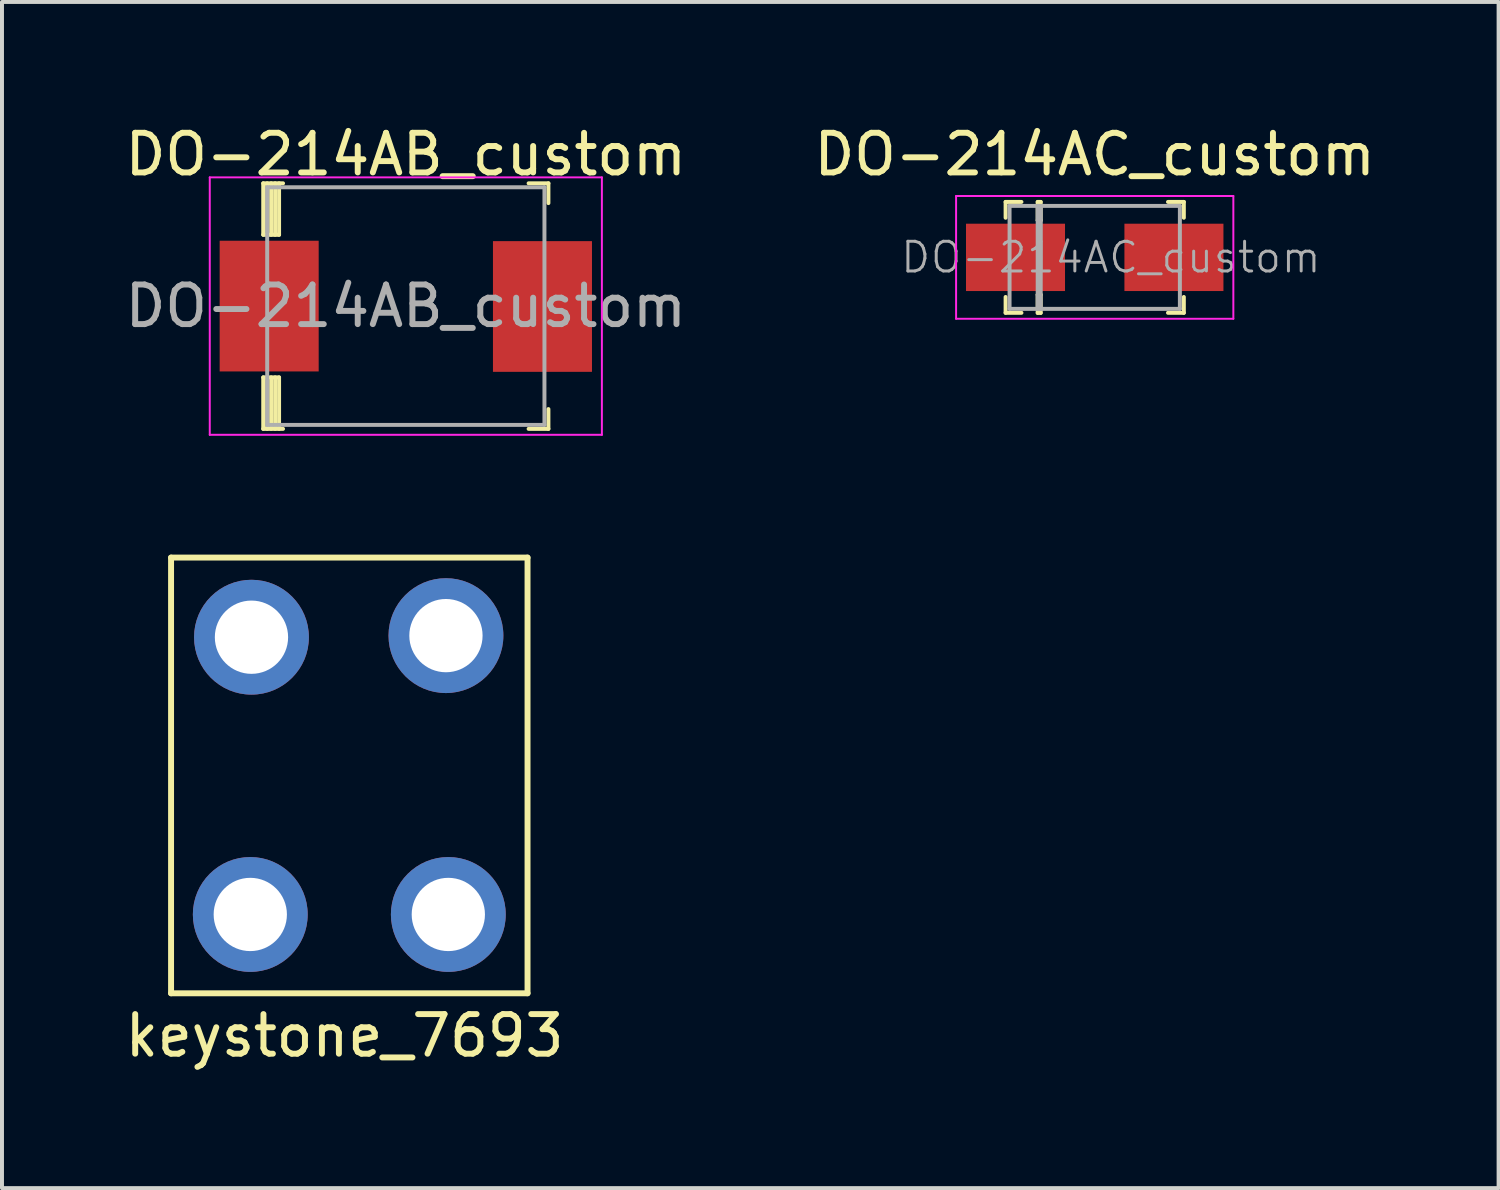
<source format=kicad_pcb>
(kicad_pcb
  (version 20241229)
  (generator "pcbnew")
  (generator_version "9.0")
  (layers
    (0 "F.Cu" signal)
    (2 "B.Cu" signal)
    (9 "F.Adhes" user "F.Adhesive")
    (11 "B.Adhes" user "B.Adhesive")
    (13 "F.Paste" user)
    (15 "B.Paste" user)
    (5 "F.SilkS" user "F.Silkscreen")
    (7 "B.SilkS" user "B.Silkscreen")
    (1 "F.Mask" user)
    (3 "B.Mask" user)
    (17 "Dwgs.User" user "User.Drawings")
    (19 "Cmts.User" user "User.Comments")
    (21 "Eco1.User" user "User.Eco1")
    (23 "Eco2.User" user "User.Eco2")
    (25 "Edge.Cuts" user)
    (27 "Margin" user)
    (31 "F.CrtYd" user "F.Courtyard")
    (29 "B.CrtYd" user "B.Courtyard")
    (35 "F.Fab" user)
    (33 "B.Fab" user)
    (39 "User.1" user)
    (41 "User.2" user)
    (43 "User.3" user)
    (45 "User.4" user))
  (footprint "keystone_7693"
    (layer "F.Cu")
    (at 3.279 13.028)
    (property "Reference" "keystone_7693" (at 2.37 10.07 0) (layer "F.SilkS") (effects (font (size 1 1) (thickness 0.15))))
    (attr through_hole)
    (fp_line (start -2.01 -2) (end -2.01 9) (stroke (width 0.15) (type solid)) (layer "F.SilkS"))
    (fp_line (start -2.01 9) (end 6.99 9) (stroke (width 0.15) (type solid)) (layer "F.SilkS"))
    (fp_line (start 6.99 -2) (end -2.01 -2) (stroke (width 0.15) (type solid)) (layer "F.SilkS"))
    (fp_line (start 6.99 9) (end 6.99 -2) (stroke (width 0.15) (type solid)) (layer "F.SilkS"))
    (pad "1" thru_hole circle (at 4.93 -0.03) (size 2.9 2.9) (drill 1.85) (layers "*.Cu" "*.Mask"))
    (pad "2" thru_hole circle (at 0.02 0.01) (size 2.9 2.9) (drill 1.85) (layers "*.Cu" "*.Mask"))
    (pad "3" thru_hole circle (at 4.99 7.01) (size 2.9 2.9) (drill 1.85) (layers "*.Cu" "*.Mask"))
    (pad "4" thru_hole circle (at -0.01 7.01) (size 2.9 2.9) (drill 1.85) (layers "*.Cu" "*.Mask")))
  (footprint "DO-214AB_custom"
    (layer "F.Cu")
    (at 7.196 4.678)
    (property "Reference" "DO-214AB_custom" (at 0 -3.83 0) (layer "F.SilkS") (effects (font (size 1 1) (thickness 0.15))))
    (attr through_hole)
    (fp_line (start -3.6 -3.1) (end -3.6 -1.8) (stroke (width 0.1) (type solid)) (layer "F.SilkS"))
    (fp_line (start -3.6 -3.1) (end -3.1 -3.1) (stroke (width 0.1) (type solid)) (layer "F.SilkS"))
    (fp_line (start -3.6 -1.8) (end -3.2 -1.8) (stroke (width 0.1) (type solid)) (layer "F.SilkS"))
    (fp_line (start -3.6 1.8) (end -3.2 1.8) (stroke (width 0.1) (type solid)) (layer "F.SilkS"))
    (fp_line (start -3.6 3.1) (end -3.6 1.8) (stroke (width 0.1) (type solid)) (layer "F.SilkS"))
    (fp_line (start -3.6 3.1) (end -3.1 3.1) (stroke (width 0.1) (type solid)) (layer "F.SilkS"))
    (fp_line (start -3.5 -3.1) (end -3.5 -1.8) (stroke (width 0.1) (type solid)) (layer "F.SilkS"))
    (fp_line (start -3.5 3.1) (end -3.5 1.8) (stroke (width 0.1) (type solid)) (layer "F.SilkS"))
    (fp_line (start -3.4 -3.1) (end -3.4 -1.8) (stroke (width 0.1) (type solid)) (layer "F.SilkS"))
    (fp_line (start -3.4 3.1) (end -3.4 1.8) (stroke (width 0.1) (type solid)) (layer "F.SilkS"))
    (fp_line (start -3.3 -3.1) (end -3.3 -1.8) (stroke (width 0.1) (type solid)) (layer "F.SilkS"))
    (fp_line (start -3.3 3.1) (end -3.3 1.8) (stroke (width 0.1) (type solid)) (layer "F.SilkS"))
    (fp_line (start -3.2 -3.1) (end -3.2 -1.8) (stroke (width 0.1) (type solid)) (layer "F.SilkS"))
    (fp_line (start -3.2 3.1) (end -3.2 1.8) (stroke (width 0.1) (type solid)) (layer "F.SilkS"))
    (fp_line (start 3.6 -3.1) (end 3.1 -3.1) (stroke (width 0.1) (type solid)) (layer "F.SilkS"))
    (fp_line (start 3.6 -3.1) (end 3.6 -2.6) (stroke (width 0.1) (type solid)) (layer "F.SilkS"))
    (fp_line (start 3.6 3.1) (end 3.1 3.1) (stroke (width 0.1) (type solid)) (layer "F.SilkS"))
    (fp_line (start 3.6 3.1) (end 3.6 2.6) (stroke (width 0.1) (type solid)) (layer "F.SilkS"))
    (fp_line (start -4.95 -3.25) (end 4.95 -3.25) (stroke (width 0.05) (type solid)) (layer "F.CrtYd"))
    (fp_line (start -4.95 3.25) (end -4.95 -3.25) (stroke (width 0.05) (type solid)) (layer "F.CrtYd"))
    (fp_line (start -4.95 3.25) (end 4.95 3.25) (stroke (width 0.05) (type solid)) (layer "F.CrtYd"))
    (fp_line (start 4.95 3.25) (end 4.95 -3.25) (stroke (width 0.05) (type solid)) (layer "F.CrtYd"))
    (fp_line (start -3.5 -3) (end -3.5 3) (stroke (width 0.1) (type solid)) (layer "F.Fab"))
    (fp_line (start -3.5 -3) (end 3.5 -3) (stroke (width 0.1) (type solid)) (layer "F.Fab"))
    (fp_line (start -3.5 3) (end 3.5 3) (stroke (width 0.1) (type solid)) (layer "F.Fab"))
    (fp_line (start 3.5 -3) (end 3.5 3) (stroke (width 0.1) (type solid)) (layer "F.Fab"))
    (fp_text user "${REFERENCE}" (at 0 0 0) (layer "F.Fab") (effects (font (size 1 1) (thickness 0.15))))
    (pad "1" smd rect (at -3.45 0) (size 2.5 3.3) (layers "F.Cu" "F.Mask" "F.Paste"))
    (pad "2" smd rect (at 3.45 0.01) (size 2.5 3.3) (layers "F.Cu" "F.Mask" "F.Paste")))
  (footprint "DO-214AC_custom"
    (layer "F.Cu")
    (at 24.589 3.448)
    (property "Reference" "DO-214AC_custom" (at 0 -2.6 0) (layer "F.SilkS") (effects (font (size 1 1) (thickness 0.15))))
    (attr through_hole)
    (fp_line (start -2.25 -1.4) (end -2.25 -1) (stroke (width 0.1) (type solid)) (layer "F.SilkS"))
    (fp_line (start -2.25 -1.4) (end -1.85 -1.4) (stroke (width 0.1) (type solid)) (layer "F.SilkS"))
    (fp_line (start -2.25 1.4) (end -2.25 1) (stroke (width 0.1) (type solid)) (layer "F.SilkS"))
    (fp_line (start -2.25 1.4) (end -1.85 1.4) (stroke (width 0.1) (type solid)) (layer "F.SilkS"))
    (fp_line (start -1.44 -1.4) (end -1.44 -0.935) (stroke (width 0.1) (type solid)) (layer "F.SilkS"))
    (fp_line (start -1.44 -0.935) (end -1.364 -0.935) (stroke (width 0.1) (type solid)) (layer "F.SilkS"))
    (fp_line (start -1.44 0.942) (end -1.364 0.942) (stroke (width 0.1) (type solid)) (layer "F.SilkS"))
    (fp_line (start -1.44 1.402) (end -1.44 0.942) (stroke (width 0.1) (type solid)) (layer "F.SilkS"))
    (fp_line (start -1.364 -1.4) (end -1.44 -1.4) (stroke (width 0.1) (type solid)) (layer "F.SilkS"))
    (fp_line (start -1.364 -0.935) (end -1.364 -1.4) (stroke (width 0.1) (type solid)) (layer "F.SilkS"))
    (fp_line (start -1.364 0.942) (end -1.364 1.402) (stroke (width 0.1) (type solid)) (layer "F.SilkS"))
    (fp_line (start -1.364 1.402) (end -1.44 1.402) (stroke (width 0.1) (type solid)) (layer "F.SilkS"))
    (fp_line (start 2.25 -1.4) (end 1.85 -1.4) (stroke (width 0.1) (type solid)) (layer "F.SilkS"))
    (fp_line (start 2.25 -1.4) (end 2.25 -1) (stroke (width 0.1) (type solid)) (layer "F.SilkS"))
    (fp_line (start 2.25 1.4) (end 1.85 1.4) (stroke (width 0.1) (type solid)) (layer "F.SilkS"))
    (fp_line (start 2.25 1.4) (end 2.25 1) (stroke (width 0.1) (type solid)) (layer "F.SilkS"))
    (fp_line (start -3.5 -1.55) (end -3.5 1.55) (stroke (width 0.05) (type solid)) (layer "F.CrtYd"))
    (fp_line (start -3.5 -1.55) (end 3.5 -1.55) (stroke (width 0.05) (type solid)) (layer "F.CrtYd"))
    (fp_line (start -3.5 1.55) (end 3.5 1.55) (stroke (width 0.05) (type solid)) (layer "F.CrtYd"))
    (fp_line (start 3.5 -1.55) (end 3.5 1.55) (stroke (width 0.05) (type solid)) (layer "F.CrtYd"))
    (fp_line (start -2.15 -1.3) (end -2.15 1.3) (stroke (width 0.1) (type solid)) (layer "F.Fab"))
    (fp_line (start -2.15 -1.3) (end 2.15 -1.3) (stroke (width 0.1) (type solid)) (layer "F.Fab"))
    (fp_line (start -2.15 1.3) (end 2.15 1.3) (stroke (width 0.1) (type solid)) (layer "F.Fab"))
    (fp_line (start -1.44 -1.3) (end -1.44 1.3) (stroke (width 0.1) (type solid)) (layer "F.Fab"))
    (fp_line (start -1.44 1.3) (end -1.364 1.3) (stroke (width 0.1) (type solid)) (layer "F.Fab"))
    (fp_line (start -1.364 1.3) (end -1.361 -1.3) (stroke (width 0.1) (type solid)) (layer "F.Fab"))
    (fp_line (start -1.361 -1.3) (end -1.44 -1.3) (stroke (width 0.1) (type solid)) (layer "F.Fab"))
    (fp_line (start 2.15 -1.3) (end 2.15 1.3) (stroke (width 0.1) (type solid)) (layer "F.Fab"))
    (fp_text user "${REFERENCE}" (at 0.409 0 0) (layer "F.Fab") (effects (font (size 0.75 0.75) (thickness 0.075))))
    (pad "1" smd rect (at -2 0) (size 2.5 1.7) (layers "F.Cu" "F.Mask" "F.Paste"))
    (pad "2" smd rect (at 2 0) (size 2.5 1.7) (layers "F.Cu" "F.Mask" "F.Paste")))
  (gr_rect
    (start -3 -3)
    (end 34.786 26.947)
    (stroke (width 0.1) (type default))
    (fill no)
    (layer "Edge.Cuts")))
</source>
